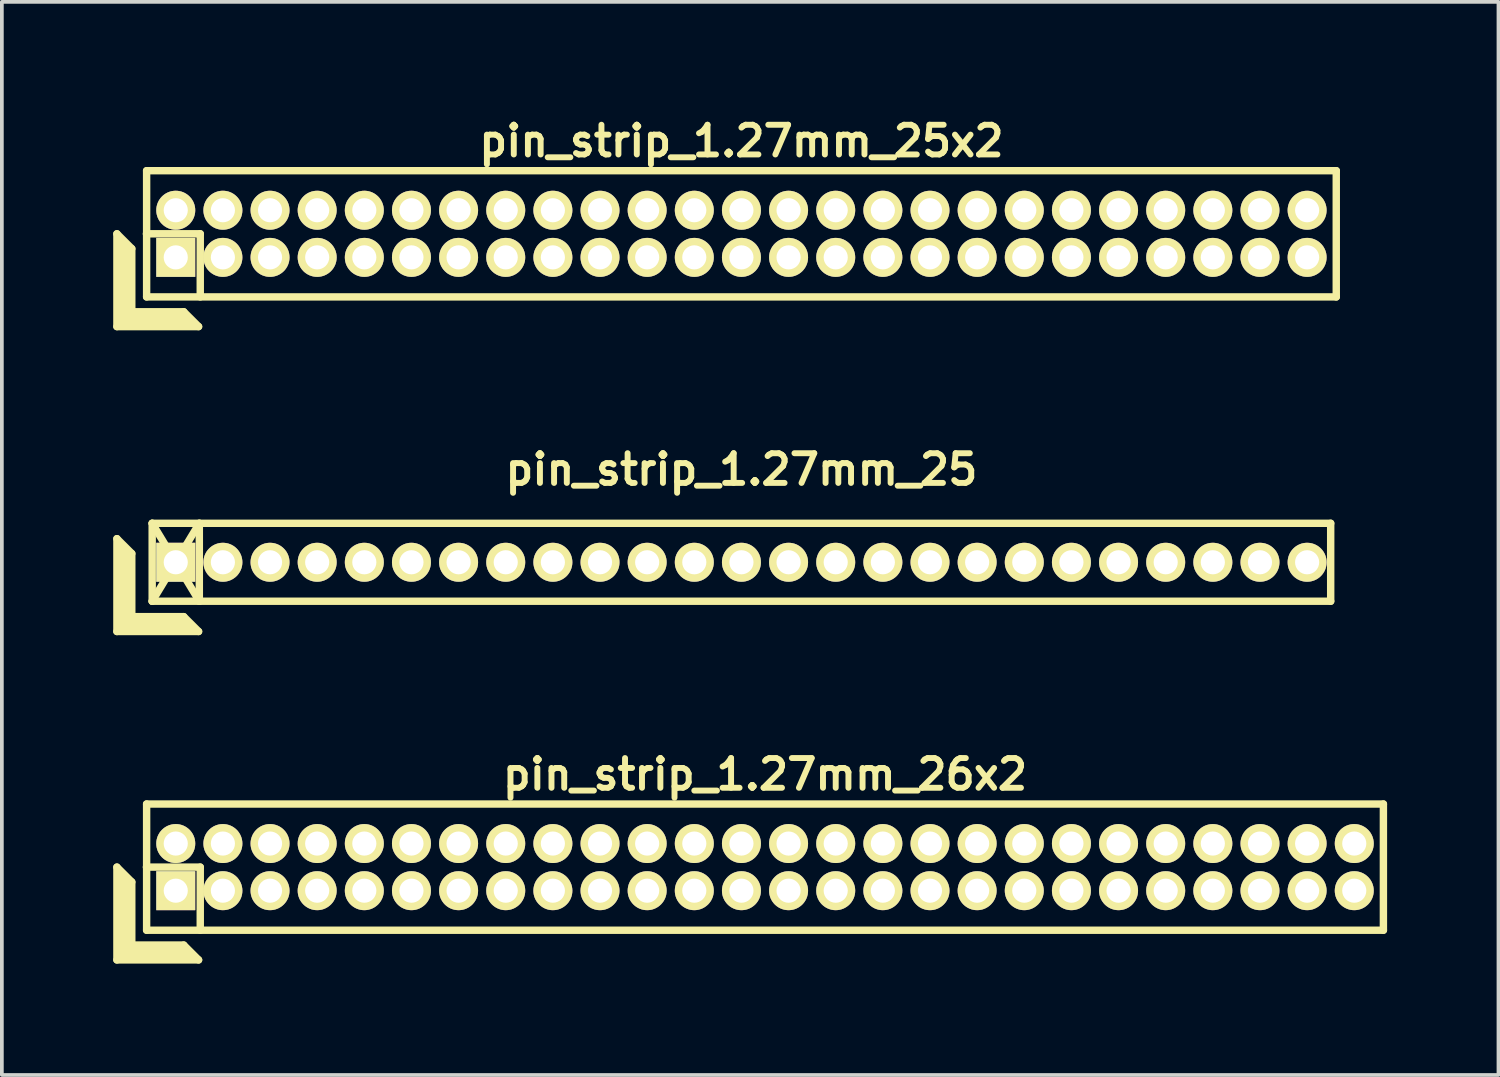
<source format=kicad_pcb>
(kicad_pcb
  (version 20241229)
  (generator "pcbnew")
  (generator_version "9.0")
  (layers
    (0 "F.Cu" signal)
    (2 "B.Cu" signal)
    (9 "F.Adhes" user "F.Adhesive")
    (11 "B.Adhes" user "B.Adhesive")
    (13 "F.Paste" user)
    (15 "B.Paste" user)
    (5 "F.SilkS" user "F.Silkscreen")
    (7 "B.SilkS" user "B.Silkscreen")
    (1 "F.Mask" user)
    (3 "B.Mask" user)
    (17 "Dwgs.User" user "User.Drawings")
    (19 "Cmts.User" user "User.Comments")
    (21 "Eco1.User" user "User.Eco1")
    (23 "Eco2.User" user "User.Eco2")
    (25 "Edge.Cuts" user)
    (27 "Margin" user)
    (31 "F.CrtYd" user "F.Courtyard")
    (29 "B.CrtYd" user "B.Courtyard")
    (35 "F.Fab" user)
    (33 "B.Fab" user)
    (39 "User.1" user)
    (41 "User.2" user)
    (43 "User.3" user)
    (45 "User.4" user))
  (footprint "pin_strip_1.27mm_25x2"
    (layer "F.Cu")
    (at 16.925 3.249)
    (property "Reference" "pin_strip_1.27mm_25x2" (at 0 -2.5 0) (layer "F.SilkS") (effects (font (size 0.8 0.8) (thickness 0.16))))
    (attr through_hole)
    (fp_line (start -16.825 0) (end -16.825 2.5) (stroke (width 0.2) (type solid)) (layer "F.SilkS"))
    (fp_line (start -16.825 0) (end -16.425 0.4) (stroke (width 0.2) (type solid)) (layer "F.SilkS"))
    (fp_line (start -16.825 2.5) (end -14.625 2.5) (stroke (width 0.2) (type solid)) (layer "F.SilkS"))
    (fp_line (start -16.725 2.4) (end -16.725 0.2) (stroke (width 0.2) (type solid)) (layer "F.SilkS"))
    (fp_line (start -16.725 2.4) (end -14.825 2.4) (stroke (width 0.2) (type solid)) (layer "F.SilkS"))
    (fp_line (start -16.625 2.3) (end -16.625 0.3) (stroke (width 0.2) (type solid)) (layer "F.SilkS"))
    (fp_line (start -16.625 2.3) (end -14.925 2.3) (stroke (width 0.2) (type solid)) (layer "F.SilkS"))
    (fp_line (start -16.525 2.2) (end -16.525 0.4) (stroke (width 0.2) (type solid)) (layer "F.SilkS"))
    (fp_line (start -16.525 2.2) (end -15.025 2.2) (stroke (width 0.2) (type solid)) (layer "F.SilkS"))
    (fp_line (start -16.425 2.1) (end -16.425 0.4) (stroke (width 0.2) (type solid)) (layer "F.SilkS"))
    (fp_line (start -16.425 2.1) (end -15.025 2.1) (stroke (width 0.2) (type solid)) (layer "F.SilkS"))
    (fp_line (start -16.03 0) (end -14.58 0) (stroke (width 0.2) (type solid)) (layer "F.SilkS"))
    (fp_line (start -16.025 -1.7) (end 16.025 -1.7) (stroke (width 0.2) (type solid)) (layer "F.SilkS"))
    (fp_line (start -16.025 1.7) (end -16.025 -1.7) (stroke (width 0.2) (type solid)) (layer "F.SilkS"))
    (fp_line (start -15.025 2.1) (end -14.625 2.5) (stroke (width 0.2) (type solid)) (layer "F.SilkS"))
    (fp_line (start -14.58 0) (end -14.58 1.7) (stroke (width 0.2) (type solid)) (layer "F.SilkS"))
    (fp_line (start 16.025 -1.7) (end 16.025 1.7) (stroke (width 0.2) (type solid)) (layer "F.SilkS"))
    (fp_line (start 16.025 1.7) (end -16.025 1.7) (stroke (width 0.2) (type solid)) (layer "F.SilkS"))
    (pad "1" thru_hole rect (at -15.24 0.635) (size 1.05 1.05) (drill 0.65) (layers "*.Cu" "*.Mask" "F.SilkS"))
    (pad "2" thru_hole oval (at -15.24 -0.635) (size 1.05 1.05) (drill 0.65) (layers "*.Cu" "*.Mask" "F.SilkS"))
    (pad "3" thru_hole oval (at -13.97 0.635) (size 1.05 1.05) (drill 0.65) (layers "*.Cu" "*.Mask" "F.SilkS"))
    (pad "4" thru_hole oval (at -13.97 -0.635) (size 1.05 1.05) (drill 0.65) (layers "*.Cu" "*.Mask" "F.SilkS"))
    (pad "5" thru_hole oval (at -12.7 0.635) (size 1.05 1.05) (drill 0.65) (layers "*.Cu" "*.Mask" "F.SilkS"))
    (pad "6" thru_hole oval (at -12.7 -0.635) (size 1.05 1.05) (drill 0.65) (layers "*.Cu" "*.Mask" "F.SilkS"))
    (pad "7" thru_hole oval (at -11.43 0.635) (size 1.05 1.05) (drill 0.65) (layers "*.Cu" "*.Mask" "F.SilkS"))
    (pad "8" thru_hole oval (at -11.43 -0.635) (size 1.05 1.05) (drill 0.65) (layers "*.Cu" "*.Mask" "F.SilkS"))
    (pad "9" thru_hole oval (at -10.16 0.635) (size 1.05 1.05) (drill 0.65) (layers "*.Cu" "*.Mask" "F.SilkS"))
    (pad "10" thru_hole oval (at -10.16 -0.635) (size 1.05 1.05) (drill 0.65) (layers "*.Cu" "*.Mask" "F.SilkS"))
    (pad "11" thru_hole oval (at -8.89 0.635) (size 1.05 1.05) (drill 0.65) (layers "*.Cu" "*.Mask" "F.SilkS"))
    (pad "12" thru_hole oval (at -8.89 -0.635) (size 1.05 1.05) (drill 0.65) (layers "*.Cu" "*.Mask" "F.SilkS"))
    (pad "13" thru_hole oval (at -7.62 0.635) (size 1.05 1.05) (drill 0.65) (layers "*.Cu" "*.Mask" "F.SilkS"))
    (pad "14" thru_hole oval (at -7.62 -0.635) (size 1.05 1.05) (drill 0.65) (layers "*.Cu" "*.Mask" "F.SilkS"))
    (pad "15" thru_hole oval (at -6.35 0.635) (size 1.05 1.05) (drill 0.65) (layers "*.Cu" "*.Mask" "F.SilkS"))
    (pad "16" thru_hole oval (at -6.35 -0.635) (size 1.05 1.05) (drill 0.65) (layers "*.Cu" "*.Mask" "F.SilkS"))
    (pad "17" thru_hole oval (at -5.08 0.635) (size 1.05 1.05) (drill 0.65) (layers "*.Cu" "*.Mask" "F.SilkS"))
    (pad "18" thru_hole oval (at -5.08 -0.635) (size 1.05 1.05) (drill 0.65) (layers "*.Cu" "*.Mask" "F.SilkS"))
    (pad "19" thru_hole oval (at -3.81 0.635) (size 1.05 1.05) (drill 0.65) (layers "*.Cu" "*.Mask" "F.SilkS"))
    (pad "20" thru_hole oval (at -3.81 -0.635) (size 1.05 1.05) (drill 0.65) (layers "*.Cu" "*.Mask" "F.SilkS"))
    (pad "21" thru_hole oval (at -2.54 0.635) (size 1.05 1.05) (drill 0.65) (layers "*.Cu" "*.Mask" "F.SilkS"))
    (pad "22" thru_hole oval (at -2.54 -0.635) (size 1.05 1.05) (drill 0.65) (layers "*.Cu" "*.Mask" "F.SilkS"))
    (pad "23" thru_hole oval (at -1.27 0.635) (size 1.05 1.05) (drill 0.65) (layers "*.Cu" "*.Mask" "F.SilkS"))
    (pad "24" thru_hole oval (at -1.27 -0.635) (size 1.05 1.05) (drill 0.65) (layers "*.Cu" "*.Mask" "F.SilkS"))
    (pad "25" thru_hole oval (at 0 0.635) (size 1.05 1.05) (drill 0.65) (layers "*.Cu" "*.Mask" "F.SilkS"))
    (pad "26" thru_hole oval (at 0 -0.635) (size 1.05 1.05) (drill 0.65) (layers "*.Cu" "*.Mask" "F.SilkS"))
    (pad "27" thru_hole oval (at 1.27 0.635) (size 1.05 1.05) (drill 0.65) (layers "*.Cu" "*.Mask" "F.SilkS"))
    (pad "28" thru_hole oval (at 1.27 -0.635) (size 1.05 1.05) (drill 0.65) (layers "*.Cu" "*.Mask" "F.SilkS"))
    (pad "29" thru_hole oval (at 2.54 0.635) (size 1.05 1.05) (drill 0.65) (layers "*.Cu" "*.Mask" "F.SilkS"))
    (pad "30" thru_hole oval (at 2.54 -0.635) (size 1.05 1.05) (drill 0.65) (layers "*.Cu" "*.Mask" "F.SilkS"))
    (pad "31" thru_hole oval (at 3.81 0.635) (size 1.05 1.05) (drill 0.65) (layers "*.Cu" "*.Mask" "F.SilkS"))
    (pad "32" thru_hole oval (at 3.81 -0.635) (size 1.05 1.05) (drill 0.65) (layers "*.Cu" "*.Mask" "F.SilkS"))
    (pad "33" thru_hole oval (at 5.08 0.635) (size 1.05 1.05) (drill 0.65) (layers "*.Cu" "*.Mask" "F.SilkS"))
    (pad "34" thru_hole oval (at 5.08 -0.635) (size 1.05 1.05) (drill 0.65) (layers "*.Cu" "*.Mask" "F.SilkS"))
    (pad "35" thru_hole oval (at 6.35 0.635) (size 1.05 1.05) (drill 0.65) (layers "*.Cu" "*.Mask" "F.SilkS"))
    (pad "36" thru_hole oval (at 6.35 -0.635) (size 1.05 1.05) (drill 0.65) (layers "*.Cu" "*.Mask" "F.SilkS"))
    (pad "37" thru_hole oval (at 7.62 0.635) (size 1.05 1.05) (drill 0.65) (layers "*.Cu" "*.Mask" "F.SilkS"))
    (pad "38" thru_hole oval (at 7.62 -0.635) (size 1.05 1.05) (drill 0.65) (layers "*.Cu" "*.Mask" "F.SilkS"))
    (pad "39" thru_hole oval (at 8.89 0.635) (size 1.05 1.05) (drill 0.65) (layers "*.Cu" "*.Mask" "F.SilkS"))
    (pad "40" thru_hole oval (at 8.89 -0.635) (size 1.05 1.05) (drill 0.65) (layers "*.Cu" "*.Mask" "F.SilkS"))
    (pad "41" thru_hole oval (at 10.16 0.635) (size 1.05 1.05) (drill 0.65) (layers "*.Cu" "*.Mask" "F.SilkS"))
    (pad "42" thru_hole oval (at 10.16 -0.635) (size 1.05 1.05) (drill 0.65) (layers "*.Cu" "*.Mask" "F.SilkS"))
    (pad "43" thru_hole oval (at 11.43 0.635) (size 1.05 1.05) (drill 0.65) (layers "*.Cu" "*.Mask" "F.SilkS"))
    (pad "44" thru_hole oval (at 11.43 -0.635) (size 1.05 1.05) (drill 0.65) (layers "*.Cu" "*.Mask" "F.SilkS"))
    (pad "45" thru_hole oval (at 12.7 0.635) (size 1.05 1.05) (drill 0.65) (layers "*.Cu" "*.Mask" "F.SilkS"))
    (pad "46" thru_hole oval (at 12.7 -0.635) (size 1.05 1.05) (drill 0.65) (layers "*.Cu" "*.Mask" "F.SilkS"))
    (pad "47" thru_hole oval (at 13.97 0.635) (size 1.05 1.05) (drill 0.65) (layers "*.Cu" "*.Mask" "F.SilkS"))
    (pad "48" thru_hole oval (at 13.97 -0.635) (size 1.05 1.05) (drill 0.65) (layers "*.Cu" "*.Mask" "F.SilkS"))
    (pad "49" thru_hole oval (at 15.24 0.635) (size 1.05 1.05) (drill 0.65) (layers "*.Cu" "*.Mask" "F.SilkS"))
    (pad "50" thru_hole oval (at 15.24 -0.635) (size 1.05 1.05) (drill 0.65) (layers "*.Cu" "*.Mask" "F.SilkS")))
  (footprint "pin_strip_1.27mm_25"
    (layer "F.Cu")
    (at 16.925 12.098)
    (property "Reference" "pin_strip_1.27mm_25" (at 0 -2.5 0) (layer "F.SilkS") (effects (font (size 0.8 0.8) (thickness 0.16))))
    (attr through_hole)
    (fp_line (start -16.825 -0.635) (end -16.825 1.865) (stroke (width 0.2) (type solid)) (layer "F.SilkS"))
    (fp_line (start -16.825 -0.635) (end -16.425 -0.235) (stroke (width 0.2) (type solid)) (layer "F.SilkS"))
    (fp_line (start -16.825 1.865) (end -14.625 1.865) (stroke (width 0.2) (type solid)) (layer "F.SilkS"))
    (fp_line (start -16.725 1.765) (end -16.725 -0.435) (stroke (width 0.2) (type solid)) (layer "F.SilkS"))
    (fp_line (start -16.725 1.765) (end -14.825 1.765) (stroke (width 0.2) (type solid)) (layer "F.SilkS"))
    (fp_line (start -16.625 1.665) (end -16.625 -0.335) (stroke (width 0.2) (type solid)) (layer "F.SilkS"))
    (fp_line (start -16.625 1.665) (end -14.925 1.665) (stroke (width 0.2) (type solid)) (layer "F.SilkS"))
    (fp_line (start -16.525 1.565) (end -16.525 -0.235) (stroke (width 0.2) (type solid)) (layer "F.SilkS"))
    (fp_line (start -16.525 1.565) (end -15.025 1.565) (stroke (width 0.2) (type solid)) (layer "F.SilkS"))
    (fp_line (start -16.425 1.465) (end -16.425 -0.235) (stroke (width 0.2) (type solid)) (layer "F.SilkS"))
    (fp_line (start -16.425 1.465) (end -15.025 1.465) (stroke (width 0.2) (type solid)) (layer "F.SilkS"))
    (fp_line (start -15.875 -1.05) (end -14.605 1.05) (stroke (width 0.2) (type solid)) (layer "F.SilkS"))
    (fp_line (start -15.875 -1.05) (end 15.875 -1.05) (stroke (width 0.2) (type solid)) (layer "F.SilkS"))
    (fp_line (start -15.875 1.05) (end -15.875 -1.05) (stroke (width 0.2) (type solid)) (layer "F.SilkS"))
    (fp_line (start -15.875 1.05) (end -14.605 -1.05) (stroke (width 0.2) (type solid)) (layer "F.SilkS"))
    (fp_line (start -15.025 1.465) (end -14.625 1.865) (stroke (width 0.2) (type solid)) (layer "F.SilkS"))
    (fp_line (start -14.605 -1.05) (end -14.605 1.05) (stroke (width 0.2) (type solid)) (layer "F.SilkS"))
    (fp_line (start 15.875 -1.05) (end 15.875 1.05) (stroke (width 0.2) (type solid)) (layer "F.SilkS"))
    (fp_line (start 15.875 1.05) (end -15.875 1.05) (stroke (width 0.2) (type solid)) (layer "F.SilkS"))
    (pad "1" thru_hole rect (at -15.24 0) (size 1.05 1.05) (drill 0.65) (layers "*.Cu" "*.Mask" "F.SilkS"))
    (pad "2" thru_hole oval (at -13.97 0) (size 1.05 1.05) (drill 0.65) (layers "*.Cu" "*.Mask" "F.SilkS"))
    (pad "3" thru_hole oval (at -12.7 0) (size 1.05 1.05) (drill 0.65) (layers "*.Cu" "*.Mask" "F.SilkS"))
    (pad "4" thru_hole oval (at -11.43 0) (size 1.05 1.05) (drill 0.65) (layers "*.Cu" "*.Mask" "F.SilkS"))
    (pad "5" thru_hole oval (at -10.16 0) (size 1.05 1.05) (drill 0.65) (layers "*.Cu" "*.Mask" "F.SilkS"))
    (pad "6" thru_hole oval (at -8.89 0) (size 1.05 1.05) (drill 0.65) (layers "*.Cu" "*.Mask" "F.SilkS"))
    (pad "7" thru_hole oval (at -7.62 0) (size 1.05 1.05) (drill 0.65) (layers "*.Cu" "*.Mask" "F.SilkS"))
    (pad "8" thru_hole oval (at -6.35 0) (size 1.05 1.05) (drill 0.65) (layers "*.Cu" "*.Mask" "F.SilkS"))
    (pad "9" thru_hole oval (at -5.08 0) (size 1.05 1.05) (drill 0.65) (layers "*.Cu" "*.Mask" "F.SilkS"))
    (pad "10" thru_hole oval (at -3.81 0) (size 1.05 1.05) (drill 0.65) (layers "*.Cu" "*.Mask" "F.SilkS"))
    (pad "11" thru_hole oval (at -2.54 0) (size 1.05 1.05) (drill 0.65) (layers "*.Cu" "*.Mask" "F.SilkS"))
    (pad "12" thru_hole oval (at -1.27 0) (size 1.05 1.05) (drill 0.65) (layers "*.Cu" "*.Mask" "F.SilkS"))
    (pad "13" thru_hole oval (at 0 0) (size 1.05 1.05) (drill 0.65) (layers "*.Cu" "*.Mask" "F.SilkS"))
    (pad "14" thru_hole oval (at 1.27 0) (size 1.05 1.05) (drill 0.65) (layers "*.Cu" "*.Mask" "F.SilkS"))
    (pad "15" thru_hole oval (at 2.54 0) (size 1.05 1.05) (drill 0.65) (layers "*.Cu" "*.Mask" "F.SilkS"))
    (pad "16" thru_hole oval (at 3.81 0) (size 1.05 1.05) (drill 0.65) (layers "*.Cu" "*.Mask" "F.SilkS"))
    (pad "17" thru_hole oval (at 5.08 0) (size 1.05 1.05) (drill 0.65) (layers "*.Cu" "*.Mask" "F.SilkS"))
    (pad "18" thru_hole oval (at 6.35 0) (size 1.05 1.05) (drill 0.65) (layers "*.Cu" "*.Mask" "F.SilkS"))
    (pad "19" thru_hole oval (at 7.62 0) (size 1.05 1.05) (drill 0.65) (layers "*.Cu" "*.Mask" "F.SilkS"))
    (pad "20" thru_hole oval (at 8.89 0) (size 1.05 1.05) (drill 0.65) (layers "*.Cu" "*.Mask" "F.SilkS"))
    (pad "21" thru_hole oval (at 10.16 0) (size 1.05 1.05) (drill 0.65) (layers "*.Cu" "*.Mask" "F.SilkS"))
    (pad "22" thru_hole oval (at 11.43 0) (size 1.05 1.05) (drill 0.65) (layers "*.Cu" "*.Mask" "F.SilkS"))
    (pad "23" thru_hole oval (at 12.7 0) (size 1.05 1.05) (drill 0.65) (layers "*.Cu" "*.Mask" "F.SilkS"))
    (pad "24" thru_hole oval (at 13.97 0) (size 1.05 1.05) (drill 0.65) (layers "*.Cu" "*.Mask" "F.SilkS"))
    (pad "25" thru_hole oval (at 15.24 0) (size 1.05 1.05) (drill 0.65) (layers "*.Cu" "*.Mask" "F.SilkS")))
  (footprint "pin_strip_1.27mm_26x2"
    (layer "F.Cu")
    (at 17.56 20.311)
    (property "Reference" "pin_strip_1.27mm_26x2" (at 0 -2.5 0) (layer "F.SilkS") (effects (font (size 0.8 0.8) (thickness 0.16))))
    (attr through_hole)
    (fp_line (start -17.46 0) (end -17.46 2.5) (stroke (width 0.2) (type solid)) (layer "F.SilkS"))
    (fp_line (start -17.46 0) (end -17.06 0.4) (stroke (width 0.2) (type solid)) (layer "F.SilkS"))
    (fp_line (start -17.46 2.5) (end -15.26 2.5) (stroke (width 0.2) (type solid)) (layer "F.SilkS"))
    (fp_line (start -17.36 2.4) (end -17.36 0.2) (stroke (width 0.2) (type solid)) (layer "F.SilkS"))
    (fp_line (start -17.36 2.4) (end -15.46 2.4) (stroke (width 0.2) (type solid)) (layer "F.SilkS"))
    (fp_line (start -17.26 2.3) (end -17.26 0.3) (stroke (width 0.2) (type solid)) (layer "F.SilkS"))
    (fp_line (start -17.26 2.3) (end -15.56 2.3) (stroke (width 0.2) (type solid)) (layer "F.SilkS"))
    (fp_line (start -17.16 2.2) (end -17.16 0.4) (stroke (width 0.2) (type solid)) (layer "F.SilkS"))
    (fp_line (start -17.16 2.2) (end -15.66 2.2) (stroke (width 0.2) (type solid)) (layer "F.SilkS"))
    (fp_line (start -17.06 2.1) (end -17.06 0.4) (stroke (width 0.2) (type solid)) (layer "F.SilkS"))
    (fp_line (start -17.06 2.1) (end -15.66 2.1) (stroke (width 0.2) (type solid)) (layer "F.SilkS"))
    (fp_line (start -16.665 0) (end -15.215 0) (stroke (width 0.2) (type solid)) (layer "F.SilkS"))
    (fp_line (start -16.66 -1.7) (end 16.66 -1.7) (stroke (width 0.2) (type solid)) (layer "F.SilkS"))
    (fp_line (start -16.66 1.7) (end -16.66 -1.7) (stroke (width 0.2) (type solid)) (layer "F.SilkS"))
    (fp_line (start -15.66 2.1) (end -15.26 2.5) (stroke (width 0.2) (type solid)) (layer "F.SilkS"))
    (fp_line (start -15.215 0) (end -15.215 1.7) (stroke (width 0.2) (type solid)) (layer "F.SilkS"))
    (fp_line (start 16.66 -1.7) (end 16.66 1.7) (stroke (width 0.2) (type solid)) (layer "F.SilkS"))
    (fp_line (start 16.66 1.7) (end -16.66 1.7) (stroke (width 0.2) (type solid)) (layer "F.SilkS"))
    (pad "1" thru_hole rect (at -15.875 0.635) (size 1.05 1.05) (drill 0.65) (layers "*.Cu" "*.Mask" "F.SilkS"))
    (pad "2" thru_hole oval (at -15.875 -0.635) (size 1.05 1.05) (drill 0.65) (layers "*.Cu" "*.Mask" "F.SilkS"))
    (pad "3" thru_hole oval (at -14.605 0.635) (size 1.05 1.05) (drill 0.65) (layers "*.Cu" "*.Mask" "F.SilkS"))
    (pad "4" thru_hole oval (at -14.605 -0.635) (size 1.05 1.05) (drill 0.65) (layers "*.Cu" "*.Mask" "F.SilkS"))
    (pad "5" thru_hole oval (at -13.335 0.635) (size 1.05 1.05) (drill 0.65) (layers "*.Cu" "*.Mask" "F.SilkS"))
    (pad "6" thru_hole oval (at -13.335 -0.635) (size 1.05 1.05) (drill 0.65) (layers "*.Cu" "*.Mask" "F.SilkS"))
    (pad "7" thru_hole oval (at -12.065 0.635) (size 1.05 1.05) (drill 0.65) (layers "*.Cu" "*.Mask" "F.SilkS"))
    (pad "8" thru_hole oval (at -12.065 -0.635) (size 1.05 1.05) (drill 0.65) (layers "*.Cu" "*.Mask" "F.SilkS"))
    (pad "9" thru_hole oval (at -10.795 0.635) (size 1.05 1.05) (drill 0.65) (layers "*.Cu" "*.Mask" "F.SilkS"))
    (pad "10" thru_hole oval (at -10.795 -0.635) (size 1.05 1.05) (drill 0.65) (layers "*.Cu" "*.Mask" "F.SilkS"))
    (pad "11" thru_hole oval (at -9.525 0.635) (size 1.05 1.05) (drill 0.65) (layers "*.Cu" "*.Mask" "F.SilkS"))
    (pad "12" thru_hole oval (at -9.525 -0.635) (size 1.05 1.05) (drill 0.65) (layers "*.Cu" "*.Mask" "F.SilkS"))
    (pad "13" thru_hole oval (at -8.255 0.635) (size 1.05 1.05) (drill 0.65) (layers "*.Cu" "*.Mask" "F.SilkS"))
    (pad "14" thru_hole oval (at -8.255 -0.635) (size 1.05 1.05) (drill 0.65) (layers "*.Cu" "*.Mask" "F.SilkS"))
    (pad "15" thru_hole oval (at -6.985 0.635) (size 1.05 1.05) (drill 0.65) (layers "*.Cu" "*.Mask" "F.SilkS"))
    (pad "16" thru_hole oval (at -6.985 -0.635) (size 1.05 1.05) (drill 0.65) (layers "*.Cu" "*.Mask" "F.SilkS"))
    (pad "17" thru_hole oval (at -5.715 0.635) (size 1.05 1.05) (drill 0.65) (layers "*.Cu" "*.Mask" "F.SilkS"))
    (pad "18" thru_hole oval (at -5.715 -0.635) (size 1.05 1.05) (drill 0.65) (layers "*.Cu" "*.Mask" "F.SilkS"))
    (pad "19" thru_hole oval (at -4.445 0.635) (size 1.05 1.05) (drill 0.65) (layers "*.Cu" "*.Mask" "F.SilkS"))
    (pad "20" thru_hole oval (at -4.445 -0.635) (size 1.05 1.05) (drill 0.65) (layers "*.Cu" "*.Mask" "F.SilkS"))
    (pad "21" thru_hole oval (at -3.175 0.635) (size 1.05 1.05) (drill 0.65) (layers "*.Cu" "*.Mask" "F.SilkS"))
    (pad "22" thru_hole oval (at -3.175 -0.635) (size 1.05 1.05) (drill 0.65) (layers "*.Cu" "*.Mask" "F.SilkS"))
    (pad "23" thru_hole oval (at -1.905 0.635) (size 1.05 1.05) (drill 0.65) (layers "*.Cu" "*.Mask" "F.SilkS"))
    (pad "24" thru_hole oval (at -1.905 -0.635) (size 1.05 1.05) (drill 0.65) (layers "*.Cu" "*.Mask" "F.SilkS"))
    (pad "25" thru_hole oval (at -0.635 0.635) (size 1.05 1.05) (drill 0.65) (layers "*.Cu" "*.Mask" "F.SilkS"))
    (pad "26" thru_hole oval (at -0.635 -0.635) (size 1.05 1.05) (drill 0.65) (layers "*.Cu" "*.Mask" "F.SilkS"))
    (pad "27" thru_hole oval (at 0.635 0.635) (size 1.05 1.05) (drill 0.65) (layers "*.Cu" "*.Mask" "F.SilkS"))
    (pad "28" thru_hole oval (at 0.635 -0.635) (size 1.05 1.05) (drill 0.65) (layers "*.Cu" "*.Mask" "F.SilkS"))
    (pad "29" thru_hole oval (at 1.905 0.635) (size 1.05 1.05) (drill 0.65) (layers "*.Cu" "*.Mask" "F.SilkS"))
    (pad "30" thru_hole oval (at 1.905 -0.635) (size 1.05 1.05) (drill 0.65) (layers "*.Cu" "*.Mask" "F.SilkS"))
    (pad "31" thru_hole oval (at 3.175 0.635) (size 1.05 1.05) (drill 0.65) (layers "*.Cu" "*.Mask" "F.SilkS"))
    (pad "32" thru_hole oval (at 3.175 -0.635) (size 1.05 1.05) (drill 0.65) (layers "*.Cu" "*.Mask" "F.SilkS"))
    (pad "33" thru_hole oval (at 4.445 0.635) (size 1.05 1.05) (drill 0.65) (layers "*.Cu" "*.Mask" "F.SilkS"))
    (pad "34" thru_hole oval (at 4.445 -0.635) (size 1.05 1.05) (drill 0.65) (layers "*.Cu" "*.Mask" "F.SilkS"))
    (pad "35" thru_hole oval (at 5.715 0.635) (size 1.05 1.05) (drill 0.65) (layers "*.Cu" "*.Mask" "F.SilkS"))
    (pad "36" thru_hole oval (at 5.715 -0.635) (size 1.05 1.05) (drill 0.65) (layers "*.Cu" "*.Mask" "F.SilkS"))
    (pad "37" thru_hole oval (at 6.985 0.635) (size 1.05 1.05) (drill 0.65) (layers "*.Cu" "*.Mask" "F.SilkS"))
    (pad "38" thru_hole oval (at 6.985 -0.635) (size 1.05 1.05) (drill 0.65) (layers "*.Cu" "*.Mask" "F.SilkS"))
    (pad "39" thru_hole oval (at 8.255 0.635) (size 1.05 1.05) (drill 0.65) (layers "*.Cu" "*.Mask" "F.SilkS"))
    (pad "40" thru_hole oval (at 8.255 -0.635) (size 1.05 1.05) (drill 0.65) (layers "*.Cu" "*.Mask" "F.SilkS"))
    (pad "41" thru_hole oval (at 9.525 0.635) (size 1.05 1.05) (drill 0.65) (layers "*.Cu" "*.Mask" "F.SilkS"))
    (pad "42" thru_hole oval (at 9.525 -0.635) (size 1.05 1.05) (drill 0.65) (layers "*.Cu" "*.Mask" "F.SilkS"))
    (pad "43" thru_hole oval (at 10.795 0.635) (size 1.05 1.05) (drill 0.65) (layers "*.Cu" "*.Mask" "F.SilkS"))
    (pad "44" thru_hole oval (at 10.795 -0.635) (size 1.05 1.05) (drill 0.65) (layers "*.Cu" "*.Mask" "F.SilkS"))
    (pad "45" thru_hole oval (at 12.065 0.635) (size 1.05 1.05) (drill 0.65) (layers "*.Cu" "*.Mask" "F.SilkS"))
    (pad "46" thru_hole oval (at 12.065 -0.635) (size 1.05 1.05) (drill 0.65) (layers "*.Cu" "*.Mask" "F.SilkS"))
    (pad "47" thru_hole oval (at 13.335 0.635) (size 1.05 1.05) (drill 0.65) (layers "*.Cu" "*.Mask" "F.SilkS"))
    (pad "48" thru_hole oval (at 13.335 -0.635) (size 1.05 1.05) (drill 0.65) (layers "*.Cu" "*.Mask" "F.SilkS"))
    (pad "49" thru_hole oval (at 14.605 0.635) (size 1.05 1.05) (drill 0.65) (layers "*.Cu" "*.Mask" "F.SilkS"))
    (pad "50" thru_hole oval (at 14.605 -0.635) (size 1.05 1.05) (drill 0.65) (layers "*.Cu" "*.Mask" "F.SilkS"))
    (pad "51" thru_hole circle (at 15.875 0.635) (size 1.05 1.05) (drill 0.65) (layers "*.Cu" "*.Mask" "F.SilkS"))
    (pad "52" thru_hole oval (at 15.875 -0.635) (size 1.05 1.05) (drill 0.65) (layers "*.Cu" "*.Mask" "F.SilkS")))
  (gr_rect
    (start -3 -3)
    (end 37.32 25.911)
    (stroke (width 0.1) (type default))
    (fill no)
    (layer "Edge.Cuts")))
</source>
